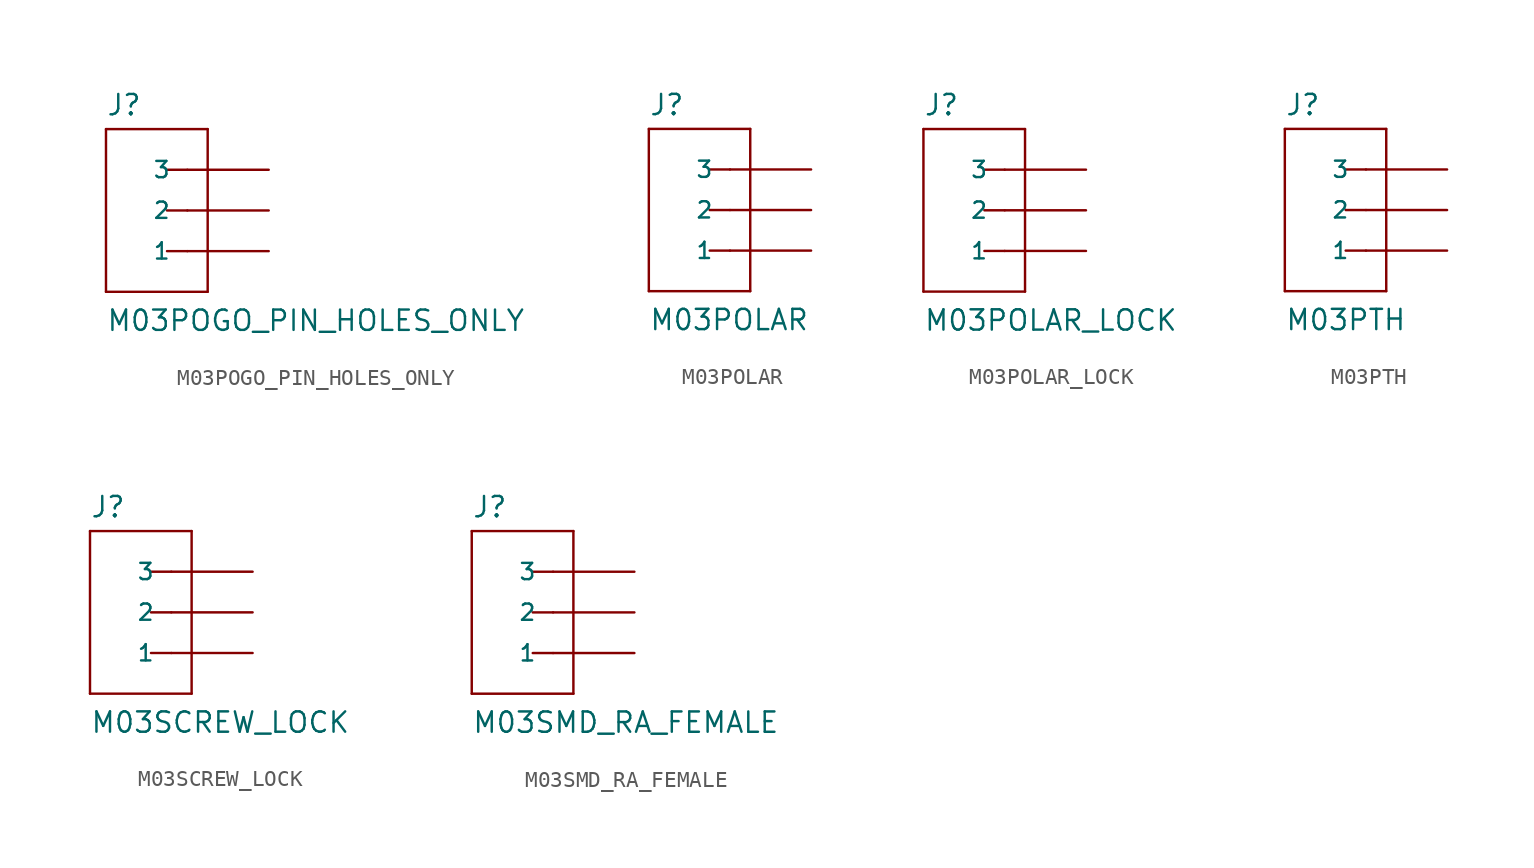
<source format=kicad_sym>
(kicad_symbol_lib
  (version 20211014)
  (generator kicad_symbol_editor)
  (symbol "M03POGO_PIN_HOLES_ONLY"
    (pin_numbers hide)
    (pin_names
      (offset 1.016))
    (property "Reference" "J"
      (at -2.54 5.842 0)
      (effects (font (size 1.27 1.27)) (justify left bottom)))
    (property "Value" "M03POGO_PIN_HOLES_ONLY"
      (at -2.54 -7.62 0)
      (effects (font (size 1.27 1.27)) (justify left bottom)))
    (property "Datasheet" ""
      (at 0 0 0)
      (effects (font (size 1.524 1.524))))
    (property "ki_locked" ""
      (at 0 0 0)
      (effects (font (size 1.27 1.27))))
    (symbol "M03POGO_PIN_HOLES_ONLY_1_0"
      (polyline (pts (xy -2.54 5.08) (xy -2.54 -5.08)) (stroke (width 0) (type default) (color 0 0 0 0)) (fill (type none)))
      (polyline (pts (xy -2.54 5.08) (xy 3.81 5.08)) (stroke (width 0) (type default) (color 0 0 0 0)) (fill (type none)))
      (polyline (pts (xy 1.27 -2.54) (xy 2.54 -2.54)) (stroke (width 0) (type default) (color 0 0 0 0)) (fill (type none)))
      (polyline (pts (xy 1.27 0) (xy 2.54 0)) (stroke (width 0) (type default) (color 0 0 0 0)) (fill (type none)))
      (polyline (pts (xy 1.27 2.54) (xy 2.54 2.54)) (stroke (width 0) (type default) (color 0 0 0 0)) (fill (type none)))
      (polyline (pts (xy 3.81 -5.08) (xy -2.54 -5.08)) (stroke (width 0) (type default) (color 0 0 0 0)) (fill (type none)))
      (polyline (pts (xy 3.81 -5.08) (xy 3.81 5.08)) (stroke (width 0) (type default) (color 0 0 0 0)) (fill (type none))))
    (symbol "M03POGO_PIN_HOLES_ONLY_1_1"
      (pin passive line (at 7.62 -2.54 180) (length 5.08) (name "1" (effects (font (size 1.016 1.016)))) (number "1" (effects (font (size 1.016 1.016)))))
      (pin passive line (at 7.62 0 180) (length 5.08) (name "2" (effects (font (size 1.016 1.016)))) (number "2" (effects (font (size 1.016 1.016)))))
      (pin passive line (at 7.62 2.54 180) (length 5.08) (name "3" (effects (font (size 1.016 1.016)))) (number "3" (effects (font (size 1.016 1.016)))))))
  (symbol "M03POLAR"
    (pin_numbers hide)
    (pin_names
      (offset 1.016))
    (property "Reference" "J"
      (at -2.54 5.842 0)
      (effects (font (size 1.27 1.27)) (justify left bottom)))
    (property "Value" "M03POLAR"
      (at -2.54 -7.62 0)
      (effects (font (size 1.27 1.27)) (justify left bottom)))
    (property "Datasheet" ""
      (at 0 0 0)
      (effects (font (size 1.524 1.524))))
    (property "ki_locked" ""
      (at 0 0 0)
      (effects (font (size 1.27 1.27))))
    (symbol "M03POLAR_1_0"
      (polyline (pts (xy -2.54 5.08) (xy -2.54 -5.08)) (stroke (width 0) (type default) (color 0 0 0 0)) (fill (type none)))
      (polyline (pts (xy -2.54 5.08) (xy 3.81 5.08)) (stroke (width 0) (type default) (color 0 0 0 0)) (fill (type none)))
      (polyline (pts (xy 1.27 -2.54) (xy 2.54 -2.54)) (stroke (width 0) (type default) (color 0 0 0 0)) (fill (type none)))
      (polyline (pts (xy 1.27 0) (xy 2.54 0)) (stroke (width 0) (type default) (color 0 0 0 0)) (fill (type none)))
      (polyline (pts (xy 1.27 2.54) (xy 2.54 2.54)) (stroke (width 0) (type default) (color 0 0 0 0)) (fill (type none)))
      (polyline (pts (xy 3.81 -5.08) (xy -2.54 -5.08)) (stroke (width 0) (type default) (color 0 0 0 0)) (fill (type none)))
      (polyline (pts (xy 3.81 -5.08) (xy 3.81 5.08)) (stroke (width 0) (type default) (color 0 0 0 0)) (fill (type none))))
    (symbol "M03POLAR_1_1"
      (pin passive line (at 7.62 -2.54 180) (length 5.08) (name "1" (effects (font (size 1.016 1.016)))) (number "1" (effects (font (size 1.016 1.016)))))
      (pin passive line (at 7.62 0 180) (length 5.08) (name "2" (effects (font (size 1.016 1.016)))) (number "2" (effects (font (size 1.016 1.016)))))
      (pin passive line (at 7.62 2.54 180) (length 5.08) (name "3" (effects (font (size 1.016 1.016)))) (number "3" (effects (font (size 1.016 1.016)))))))
  (symbol "M03POLAR_LOCK"
    (pin_numbers hide)
    (pin_names
      (offset 1.016))
    (property "Reference" "J"
      (at -2.54 5.842 0)
      (effects (font (size 1.27 1.27)) (justify left bottom)))
    (property "Value" "M03POLAR_LOCK"
      (at -2.54 -7.62 0)
      (effects (font (size 1.27 1.27)) (justify left bottom)))
    (property "Datasheet" ""
      (at 0 0 0)
      (effects (font (size 1.524 1.524))))
    (property "ki_locked" ""
      (at 0 0 0)
      (effects (font (size 1.27 1.27))))
    (symbol "M03POLAR_LOCK_1_0"
      (polyline (pts (xy -2.54 5.08) (xy -2.54 -5.08)) (stroke (width 0) (type default) (color 0 0 0 0)) (fill (type none)))
      (polyline (pts (xy -2.54 5.08) (xy 3.81 5.08)) (stroke (width 0) (type default) (color 0 0 0 0)) (fill (type none)))
      (polyline (pts (xy 1.27 -2.54) (xy 2.54 -2.54)) (stroke (width 0) (type default) (color 0 0 0 0)) (fill (type none)))
      (polyline (pts (xy 1.27 0) (xy 2.54 0)) (stroke (width 0) (type default) (color 0 0 0 0)) (fill (type none)))
      (polyline (pts (xy 1.27 2.54) (xy 2.54 2.54)) (stroke (width 0) (type default) (color 0 0 0 0)) (fill (type none)))
      (polyline (pts (xy 3.81 -5.08) (xy -2.54 -5.08)) (stroke (width 0) (type default) (color 0 0 0 0)) (fill (type none)))
      (polyline (pts (xy 3.81 -5.08) (xy 3.81 5.08)) (stroke (width 0) (type default) (color 0 0 0 0)) (fill (type none))))
    (symbol "M03POLAR_LOCK_1_1"
      (pin passive line (at 7.62 -2.54 180) (length 5.08) (name "1" (effects (font (size 1.016 1.016)))) (number "1" (effects (font (size 1.016 1.016)))))
      (pin passive line (at 7.62 0 180) (length 5.08) (name "2" (effects (font (size 1.016 1.016)))) (number "2" (effects (font (size 1.016 1.016)))))
      (pin passive line (at 7.62 2.54 180) (length 5.08) (name "3" (effects (font (size 1.016 1.016)))) (number "3" (effects (font (size 1.016 1.016)))))))
  (symbol "M03PTH"
    (pin_numbers hide)
    (pin_names
      (offset 1.016))
    (property "Reference" "J"
      (at -2.54 5.842 0)
      (effects (font (size 1.27 1.27)) (justify left bottom)))
    (property "Value" "M03PTH"
      (at -2.54 -7.62 0)
      (effects (font (size 1.27 1.27)) (justify left bottom)))
    (property "Datasheet" ""
      (at 0 0 0)
      (effects (font (size 1.524 1.524))))
    (property "ki_locked" ""
      (at 0 0 0)
      (effects (font (size 1.27 1.27))))
    (symbol "M03PTH_1_0"
      (polyline (pts (xy -2.54 5.08) (xy -2.54 -5.08)) (stroke (width 0) (type default) (color 0 0 0 0)) (fill (type none)))
      (polyline (pts (xy -2.54 5.08) (xy 3.81 5.08)) (stroke (width 0) (type default) (color 0 0 0 0)) (fill (type none)))
      (polyline (pts (xy 1.27 -2.54) (xy 2.54 -2.54)) (stroke (width 0) (type default) (color 0 0 0 0)) (fill (type none)))
      (polyline (pts (xy 1.27 0) (xy 2.54 0)) (stroke (width 0) (type default) (color 0 0 0 0)) (fill (type none)))
      (polyline (pts (xy 1.27 2.54) (xy 2.54 2.54)) (stroke (width 0) (type default) (color 0 0 0 0)) (fill (type none)))
      (polyline (pts (xy 3.81 -5.08) (xy -2.54 -5.08)) (stroke (width 0) (type default) (color 0 0 0 0)) (fill (type none)))
      (polyline (pts (xy 3.81 -5.08) (xy 3.81 5.08)) (stroke (width 0) (type default) (color 0 0 0 0)) (fill (type none))))
    (symbol "M03PTH_1_1"
      (pin passive line (at 7.62 -2.54 180) (length 5.08) (name "1" (effects (font (size 1.016 1.016)))) (number "1" (effects (font (size 1.016 1.016)))))
      (pin passive line (at 7.62 0 180) (length 5.08) (name "2" (effects (font (size 1.016 1.016)))) (number "2" (effects (font (size 1.016 1.016)))))
      (pin passive line (at 7.62 2.54 180) (length 5.08) (name "3" (effects (font (size 1.016 1.016)))) (number "3" (effects (font (size 1.016 1.016)))))))
  (symbol "M03SCREW_LOCK"
    (pin_numbers hide)
    (pin_names
      (offset 1.016))
    (property "Reference" "J"
      (at -2.54 5.842 0)
      (effects (font (size 1.27 1.27)) (justify left bottom)))
    (property "Value" "M03SCREW_LOCK"
      (at -2.54 -7.62 0)
      (effects (font (size 1.27 1.27)) (justify left bottom)))
    (property "Datasheet" ""
      (at 0 0 0)
      (effects (font (size 1.524 1.524))))
    (property "ki_locked" ""
      (at 0 0 0)
      (effects (font (size 1.27 1.27))))
    (symbol "M03SCREW_LOCK_1_0"
      (polyline (pts (xy -2.54 5.08) (xy -2.54 -5.08)) (stroke (width 0) (type default) (color 0 0 0 0)) (fill (type none)))
      (polyline (pts (xy -2.54 5.08) (xy 3.81 5.08)) (stroke (width 0) (type default) (color 0 0 0 0)) (fill (type none)))
      (polyline (pts (xy 1.27 -2.54) (xy 2.54 -2.54)) (stroke (width 0) (type default) (color 0 0 0 0)) (fill (type none)))
      (polyline (pts (xy 1.27 0) (xy 2.54 0)) (stroke (width 0) (type default) (color 0 0 0 0)) (fill (type none)))
      (polyline (pts (xy 1.27 2.54) (xy 2.54 2.54)) (stroke (width 0) (type default) (color 0 0 0 0)) (fill (type none)))
      (polyline (pts (xy 3.81 -5.08) (xy -2.54 -5.08)) (stroke (width 0) (type default) (color 0 0 0 0)) (fill (type none)))
      (polyline (pts (xy 3.81 -5.08) (xy 3.81 5.08)) (stroke (width 0) (type default) (color 0 0 0 0)) (fill (type none))))
    (symbol "M03SCREW_LOCK_1_1"
      (pin passive line (at 7.62 -2.54 180) (length 5.08) (name "1" (effects (font (size 1.016 1.016)))) (number "1" (effects (font (size 1.016 1.016)))))
      (pin passive line (at 7.62 0 180) (length 5.08) (name "2" (effects (font (size 1.016 1.016)))) (number "2" (effects (font (size 1.016 1.016)))))
      (pin passive line (at 7.62 2.54 180) (length 5.08) (name "3" (effects (font (size 1.016 1.016)))) (number "3" (effects (font (size 1.016 1.016)))))))
  (symbol "M03SMD_RA_FEMALE"
    (pin_numbers hide)
    (pin_names
      (offset 1.016))
    (property "Reference" "J"
      (at -2.54 5.842 0)
      (effects (font (size 1.27 1.27)) (justify left bottom)))
    (property "Value" "M03SMD_RA_FEMALE"
      (at -2.54 -7.62 0)
      (effects (font (size 1.27 1.27)) (justify left bottom)))
    (property "Datasheet" ""
      (at 0 0 0)
      (effects (font (size 1.524 1.524))))
    (property "ki_locked" ""
      (at 0 0 0)
      (effects (font (size 1.27 1.27))))
    (symbol "M03SMD_RA_FEMALE_1_0"
      (polyline (pts (xy -2.54 5.08) (xy -2.54 -5.08)) (stroke (width 0) (type default) (color 0 0 0 0)) (fill (type none)))
      (polyline (pts (xy -2.54 5.08) (xy 3.81 5.08)) (stroke (width 0) (type default) (color 0 0 0 0)) (fill (type none)))
      (polyline (pts (xy 1.27 -2.54) (xy 2.54 -2.54)) (stroke (width 0) (type default) (color 0 0 0 0)) (fill (type none)))
      (polyline (pts (xy 1.27 0) (xy 2.54 0)) (stroke (width 0) (type default) (color 0 0 0 0)) (fill (type none)))
      (polyline (pts (xy 1.27 2.54) (xy 2.54 2.54)) (stroke (width 0) (type default) (color 0 0 0 0)) (fill (type none)))
      (polyline (pts (xy 3.81 -5.08) (xy -2.54 -5.08)) (stroke (width 0) (type default) (color 0 0 0 0)) (fill (type none)))
      (polyline (pts (xy 3.81 -5.08) (xy 3.81 5.08)) (stroke (width 0) (type default) (color 0 0 0 0)) (fill (type none))))
    (symbol "M03SMD_RA_FEMALE_1_1"
      (pin passive line (at 7.62 -2.54 180) (length 5.08) (name "1" (effects (font (size 1.016 1.016)))) (number "1" (effects (font (size 1.016 1.016)))))
      (pin passive line (at 7.62 0 180) (length 5.08) (name "2" (effects (font (size 1.016 1.016)))) (number "2" (effects (font (size 1.016 1.016)))))
      (pin passive line (at 7.62 2.54 180) (length 5.08) (name "3" (effects (font (size 1.016 1.016)))) (number "3" (effects (font (size 1.016 1.016))))))))
</source>
